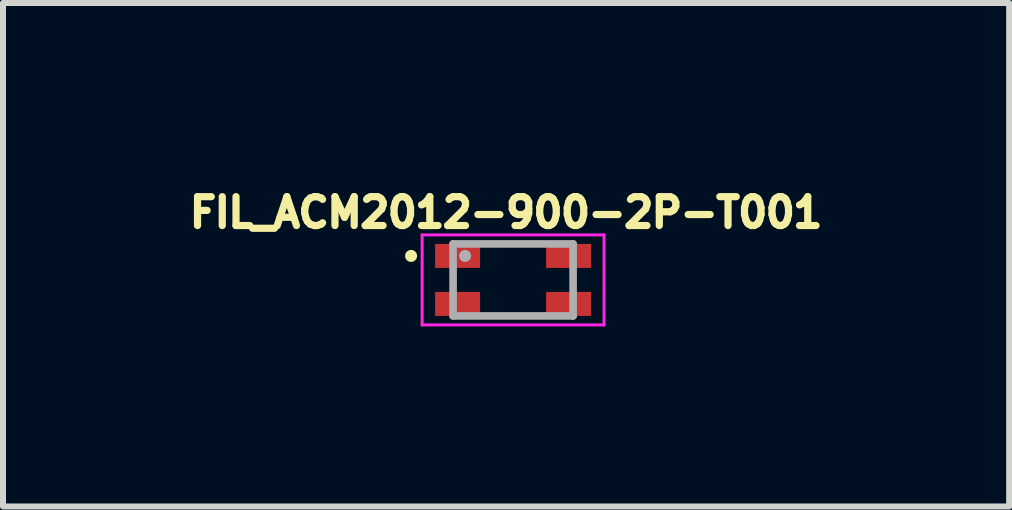
<source format=kicad_pcb>
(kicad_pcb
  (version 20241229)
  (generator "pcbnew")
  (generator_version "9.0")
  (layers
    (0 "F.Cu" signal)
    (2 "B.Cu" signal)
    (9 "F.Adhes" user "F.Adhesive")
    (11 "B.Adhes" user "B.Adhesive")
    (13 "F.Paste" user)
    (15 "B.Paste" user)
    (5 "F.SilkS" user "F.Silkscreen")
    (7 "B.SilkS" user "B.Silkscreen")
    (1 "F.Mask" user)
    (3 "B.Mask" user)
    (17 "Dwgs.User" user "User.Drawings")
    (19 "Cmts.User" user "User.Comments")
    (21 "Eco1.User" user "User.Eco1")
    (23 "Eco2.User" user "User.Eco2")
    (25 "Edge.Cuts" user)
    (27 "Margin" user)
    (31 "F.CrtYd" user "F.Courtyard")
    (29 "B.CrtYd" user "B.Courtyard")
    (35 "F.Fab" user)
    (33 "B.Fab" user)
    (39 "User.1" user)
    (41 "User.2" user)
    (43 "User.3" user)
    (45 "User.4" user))
  (footprint "FIL_ACM2012-900-2P-T001"
    (layer "F.Cu")
    (at 5.501 1.615)
    (property "Reference" "FIL_ACM2012-900-2P-T001" (at -0.117 -1.123 0) (layer "F.SilkS") (effects (font (size 0.481 0.481) (thickness 0.15))))
    (attr smd)
    (fp_circle (center -1.7 -0.4) (end -1.6 -0.4) (stroke (width 0) (type solid)) (fill yes) (layer "F.SilkS"))
    (fp_line (start -1.516 -0.75) (end 1.516 -0.75) (stroke (width 0.05) (type solid)) (layer "F.CrtYd"))
    (fp_line (start -1.516 0.75) (end -1.516 -0.75) (stroke (width 0.05) (type solid)) (layer "F.CrtYd"))
    (fp_line (start 1.516 -0.75) (end 1.516 0.75) (stroke (width 0.05) (type solid)) (layer "F.CrtYd"))
    (fp_line (start 1.516 0.75) (end -1.516 0.75) (stroke (width 0.05) (type solid)) (layer "F.CrtYd"))
    (fp_line (start -1 -0.6) (end 1 -0.6) (stroke (width 0.127) (type solid)) (layer "F.Fab"))
    (fp_line (start -1 0.6) (end -1 -0.6) (stroke (width 0.127) (type solid)) (layer "F.Fab"))
    (fp_line (start 1 -0.6) (end 1 0.6) (stroke (width 0.127) (type solid)) (layer "F.Fab"))
    (fp_line (start 1 0.6) (end -1 0.6) (stroke (width 0.127) (type solid)) (layer "F.Fab"))
    (fp_circle (center -0.8 -0.4) (end -0.7 -0.4) (stroke (width 0) (type solid)) (fill yes) (layer "F.Fab"))
    (pad "1" smd rect (at -0.925 -0.4) (size 0.75 0.4) (layers "F.Cu" "F.Mask" "F.Paste"))
    (pad "2" smd rect (at -0.925 0.4) (size 0.75 0.4) (layers "F.Cu" "F.Mask" "F.Paste"))
    (pad "3" smd rect (at 0.925 0.4) (size 0.75 0.4) (layers "F.Cu" "F.Mask" "F.Paste"))
    (pad "4" smd rect (at 0.925 -0.4) (size 0.75 0.4) (layers "F.Cu" "F.Mask" "F.Paste")))
  (gr_rect
    (start -3 -3)
    (end 13.768 5.39)
    (stroke (width 0.1) (type default))
    (fill no)
    (layer "Edge.Cuts")))
</source>
